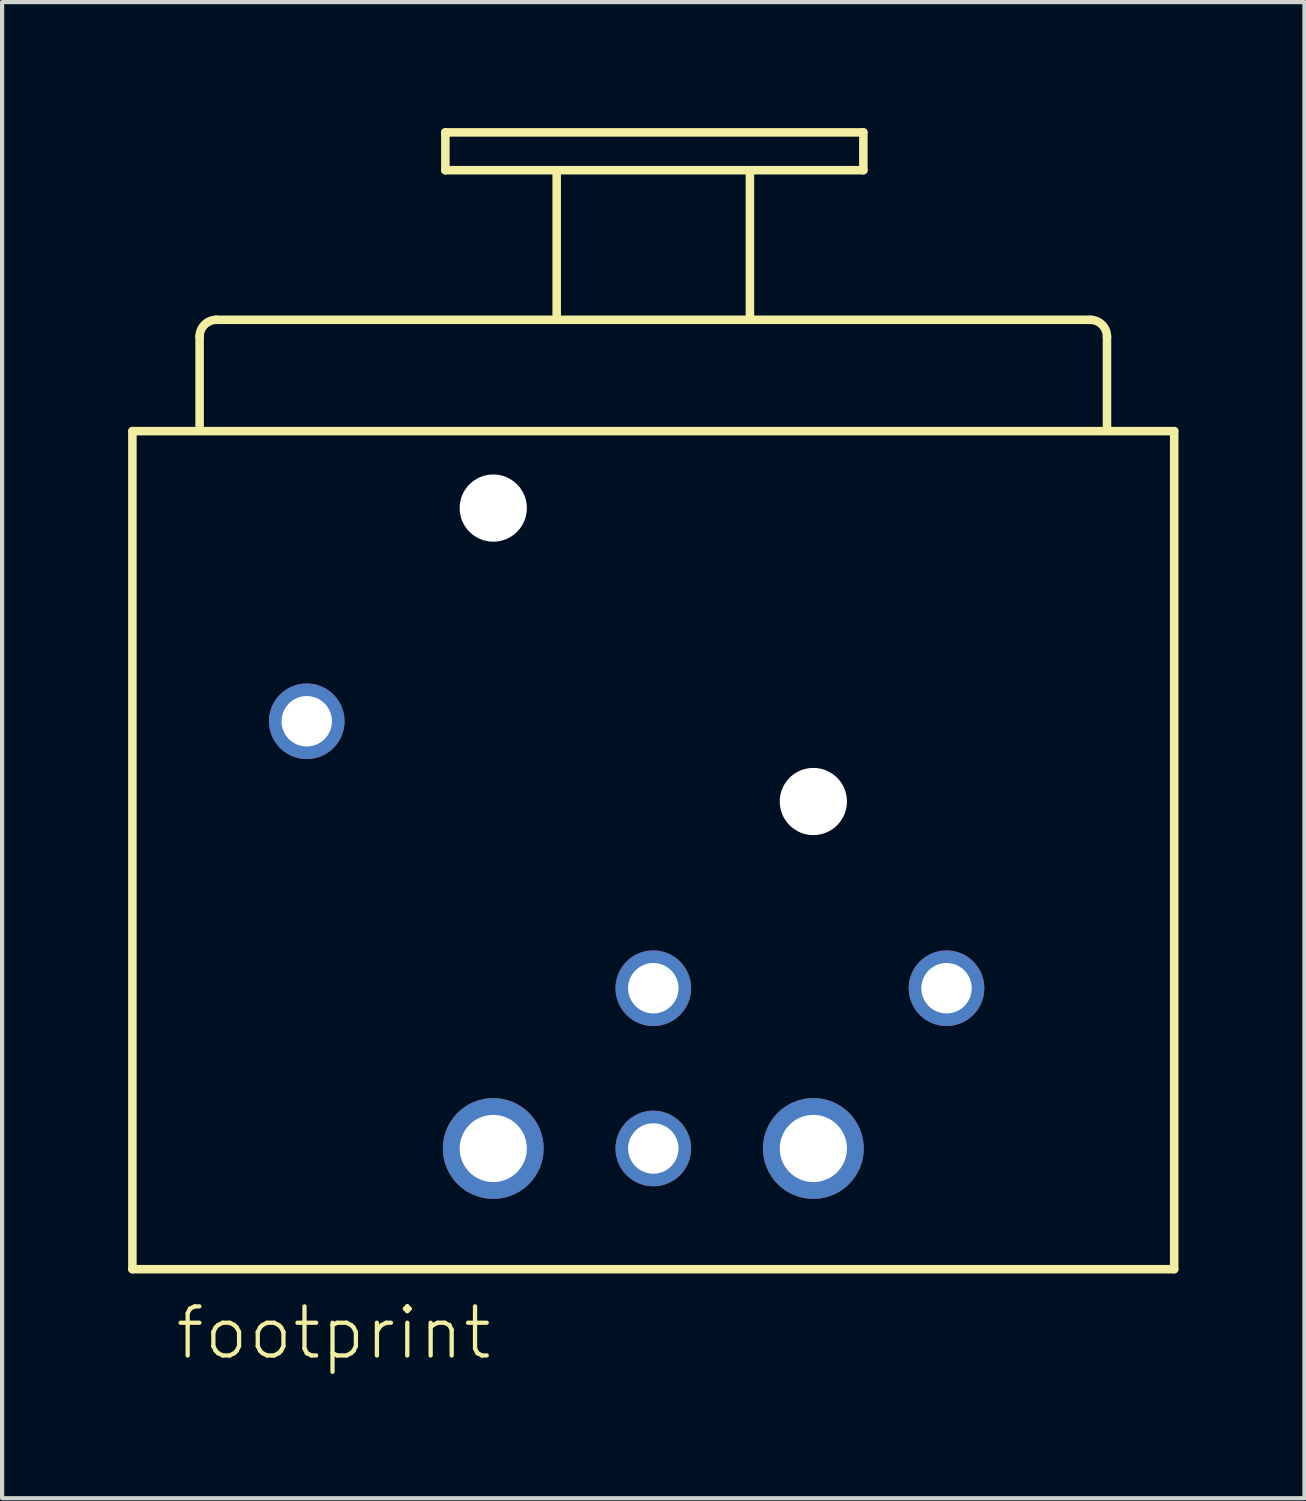
<source format=kicad_pcb>
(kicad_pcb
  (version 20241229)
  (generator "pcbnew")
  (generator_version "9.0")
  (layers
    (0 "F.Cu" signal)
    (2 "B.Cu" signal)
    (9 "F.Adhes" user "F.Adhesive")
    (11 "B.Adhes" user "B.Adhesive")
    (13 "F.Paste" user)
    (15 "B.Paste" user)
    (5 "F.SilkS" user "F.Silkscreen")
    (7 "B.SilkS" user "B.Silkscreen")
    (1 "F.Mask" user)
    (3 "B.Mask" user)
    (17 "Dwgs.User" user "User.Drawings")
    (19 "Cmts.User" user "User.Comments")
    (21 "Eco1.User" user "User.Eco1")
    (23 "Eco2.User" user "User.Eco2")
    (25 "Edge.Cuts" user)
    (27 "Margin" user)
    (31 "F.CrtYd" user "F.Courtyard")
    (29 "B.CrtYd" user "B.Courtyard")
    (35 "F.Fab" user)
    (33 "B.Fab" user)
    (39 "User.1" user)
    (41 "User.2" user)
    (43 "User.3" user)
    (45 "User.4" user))
  (footprint "footprint"
    (layer "F.Cu")
    (at 12.502 20.475)
    (property "Reference" "footprint" (at -11.43 8.89 0) (layer "F.SilkS") (effects (font (size 1.168 1.168) (thickness 0.102)) (justify left bottom)))
    (fp_line (start -12.4 -13.262) (end 12.4 -13.262) (stroke (width 0.203) (type solid)) (layer "F.SilkS"))
    (fp_line (start -12.4 6.688) (end -12.4 -13.262) (stroke (width 0.203) (type solid)) (layer "F.SilkS"))
    (fp_line (start -10.8 -13.362) (end -10.8 -15.512) (stroke (width 0.203) (type solid)) (layer "F.SilkS"))
    (fp_line (start -10.4 -15.912) (end 10.4 -15.912) (stroke (width 0.203) (type solid)) (layer "F.SilkS"))
    (fp_line (start -4.95 -20.373) (end 5 -20.373) (stroke (width 0.203) (type solid)) (layer "F.SilkS"))
    (fp_line (start -4.95 -19.473) (end -4.95 -20.373) (stroke (width 0.203) (type solid)) (layer "F.SilkS"))
    (fp_line (start -2.3 -19.473) (end -4.95 -19.473) (stroke (width 0.203) (type solid)) (layer "F.SilkS"))
    (fp_line (start -2.3 -19.473) (end 2.25 -19.473) (stroke (width 0.203) (type solid)) (layer "F.SilkS"))
    (fp_line (start -2.3 -16.023) (end -2.3 -19.473) (stroke (width 0.203) (type solid)) (layer "F.SilkS"))
    (fp_line (start 2.3 -19.473) (end 2.3 -16.023) (stroke (width 0.203) (type solid)) (layer "F.SilkS"))
    (fp_line (start 5 -20.373) (end 5 -19.473) (stroke (width 0.203) (type solid)) (layer "F.SilkS"))
    (fp_line (start 5 -19.473) (end 2.3 -19.473) (stroke (width 0.203) (type solid)) (layer "F.SilkS"))
    (fp_line (start 10.8 -15.512) (end 10.8 -13.362) (stroke (width 0.203) (type solid)) (layer "F.SilkS"))
    (fp_line (start 12.4 -13.262) (end 12.4 6.688) (stroke (width 0.203) (type solid)) (layer "F.SilkS"))
    (fp_line (start 12.4 6.688) (end -12.4 6.688) (stroke (width 0.203) (type solid)) (layer "F.SilkS"))
    (fp_arc (start -10.8 -15.5119) (mid -10.682843 -15.794743) (end -10.4 -15.9119) (stroke (width 0.2032) (type solid)) (layer "F.SilkS"))
    (fp_arc (start 10.4 -15.9119) (mid 10.682843 -15.794743) (end 10.8 -15.5119) (stroke (width 0.2032) (type solid)) (layer "F.SilkS"))
    (pad "" np_thru_hole circle (at -3.81 -11.43) (size 1.6 1.6) (drill 1.6) (layers "*.Cu" "*.Mask"))
    (pad "" np_thru_hole circle (at 3.81 -4.445) (size 1.6 1.6) (drill 1.6) (layers "*.Cu" "*.Mask"))
    (pad "1" thru_hole circle (at -3.81 3.815) (size 2.4 2.4) (drill 1.6) (layers "*.Cu" "*.Mask"))
    (pad "2" thru_hole circle (at 0 0) (size 1.8 1.8) (drill 1.2) (layers "*.Cu" "*.Mask"))
    (pad "3" thru_hole circle (at 0 3.815) (size 1.8 1.8) (drill 1.2) (layers "*.Cu" "*.Mask"))
    (pad "4" thru_hole circle (at 6.98 0) (size 1.8 1.8) (drill 1.2) (layers "*.Cu" "*.Mask"))
    (pad "5" thru_hole circle (at 3.81 3.815) (size 2.4 2.4) (drill 1.6) (layers "*.Cu" "*.Mask"))
    (pad "G" thru_hole circle (at -8.25 -6.355) (size 1.8 1.8) (drill 1.2) (layers "*.Cu" "*.Mask")))
  (gr_rect
    (start -3 -3)
    (end 28.003 32.615)
    (stroke (width 0.1) (type default))
    (fill no)
    (layer "Edge.Cuts")))
</source>
